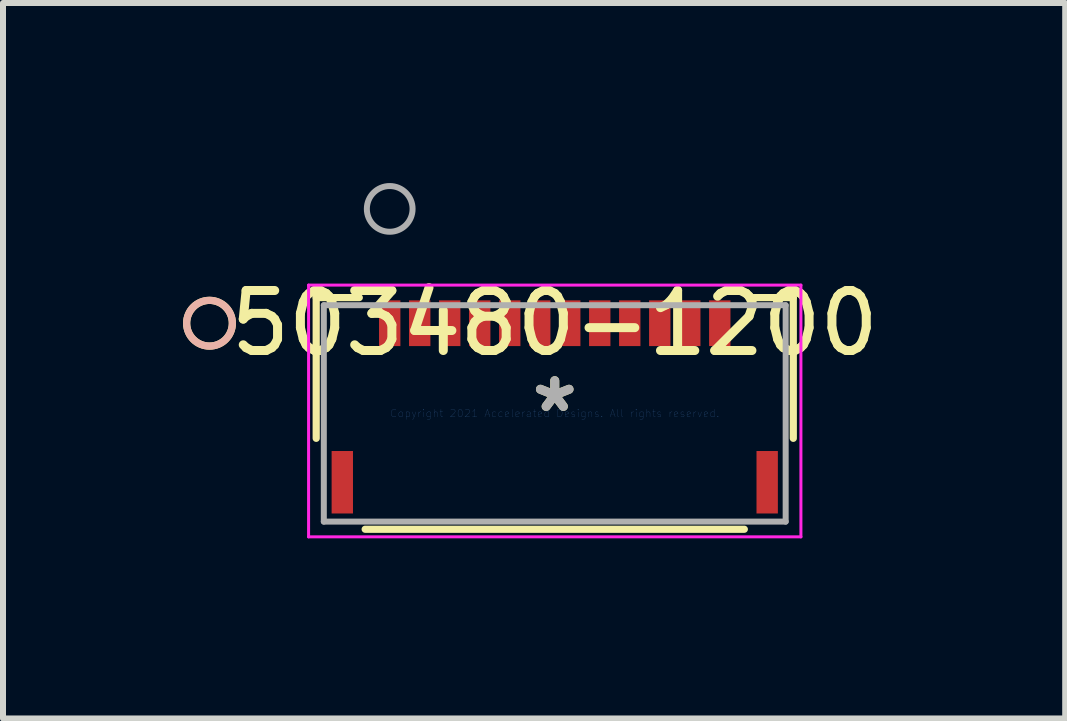
<source format=kicad_pcb>
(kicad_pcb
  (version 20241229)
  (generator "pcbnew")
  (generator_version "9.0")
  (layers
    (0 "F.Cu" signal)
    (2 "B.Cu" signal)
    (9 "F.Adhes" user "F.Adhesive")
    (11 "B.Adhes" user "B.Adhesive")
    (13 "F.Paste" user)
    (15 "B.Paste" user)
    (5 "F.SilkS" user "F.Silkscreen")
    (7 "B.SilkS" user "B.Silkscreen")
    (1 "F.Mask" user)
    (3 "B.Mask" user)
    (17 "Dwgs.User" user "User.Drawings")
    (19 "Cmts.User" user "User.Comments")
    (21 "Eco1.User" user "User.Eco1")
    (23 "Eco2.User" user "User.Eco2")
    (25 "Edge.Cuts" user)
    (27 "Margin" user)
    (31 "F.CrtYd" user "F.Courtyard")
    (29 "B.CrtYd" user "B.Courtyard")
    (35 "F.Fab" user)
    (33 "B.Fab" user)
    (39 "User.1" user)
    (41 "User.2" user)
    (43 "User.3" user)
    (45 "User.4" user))
  (footprint "503480-1200"
    (layer "F.Cu")
    (at 6.194 3.839)
    (property "Reference" "503480-1200" (at 0 -1.503 0) (layer "F.SilkS") (effects (font (size 1 1) (thickness 0.15))))
    (attr through_hole)
    (fp_line (start -3.975 -1.93) (end -3.975 0.415) (stroke (width 0.12) (type solid)) (layer "F.SilkS"))
    (fp_line (start -3.257 -1.93) (end -3.975 -1.93) (stroke (width 0.12) (type solid)) (layer "F.SilkS"))
    (fp_line (start -3.159 1.93) (end 3.159 1.93) (stroke (width 0.12) (type solid)) (layer "F.SilkS"))
    (fp_line (start 3.975 -1.93) (end 3.257 -1.93) (stroke (width 0.12) (type solid)) (layer "F.SilkS"))
    (fp_line (start 3.975 0.415) (end 3.975 -1.93) (stroke (width 0.12) (type solid)) (layer "F.SilkS"))
    (fp_circle (center -5.753 -1.503) (end -5.372 -1.503) (stroke (width 0.12) (type solid)) (fill no) (layer "F.SilkS"))
    (fp_circle (center -5.753 -1.503) (end -5.372 -1.503) (stroke (width 0.12) (type solid)) (fill no) (layer "B.SilkS"))
    (fp_line (start -4.102 -2.138) (end -4.102 2.057) (stroke (width 0.05) (type solid)) (layer "F.CrtYd"))
    (fp_line (start -4.102 2.057) (end 4.102 2.057) (stroke (width 0.05) (type solid)) (layer "F.CrtYd"))
    (fp_line (start 4.102 -2.138) (end -4.102 -2.138) (stroke (width 0.05) (type solid)) (layer "F.CrtYd"))
    (fp_line (start 4.102 2.057) (end 4.102 -2.138) (stroke (width 0.05) (type solid)) (layer "F.CrtYd"))
    (fp_line (start -3.848 -1.803) (end -3.848 1.803) (stroke (width 0.1) (type solid)) (layer "F.Fab"))
    (fp_line (start -3.848 1.803) (end 3.848 1.803) (stroke (width 0.1) (type solid)) (layer "F.Fab"))
    (fp_line (start 3.848 -1.803) (end -3.848 -1.803) (stroke (width 0.1) (type solid)) (layer "F.Fab"))
    (fp_line (start 3.848 1.803) (end 3.848 -1.803) (stroke (width 0.1) (type solid)) (layer "F.Fab"))
    (fp_circle (center -2.75 -3.408) (end -2.369 -3.408) (stroke (width 0.1) (type solid)) (fill no) (layer "F.Fab"))
    (fp_text user "*" (at 0 0 0) (layer "F.SilkS") (effects (font (size 1 1) (thickness 0.15))))
    (fp_text user "Copyright 2021 Accelerated Designs. All rights reserved." (at 0 0 0) (layer "Cmts.User") (effects (font (size 0.127 0.127) (thickness 0.002))))
    (fp_text user "*" (at 0 0 0) (layer "F.Fab") (effects (font (size 1 1) (thickness 0.15))))
    (pad "1" smd rect (at -2.75 -1.503) (size 0.356 0.762) (layers "F.Cu" "F.Mask" "F.Paste"))
    (pad "2" smd rect (at -2.25 -1.503) (size 0.356 0.762) (layers "F.Cu" "F.Mask" "F.Paste"))
    (pad "3" smd rect (at -1.75 -1.503) (size 0.356 0.762) (layers "F.Cu" "F.Mask" "F.Paste"))
    (pad "4" smd rect (at -1.25 -1.503) (size 0.356 0.762) (layers "F.Cu" "F.Mask" "F.Paste"))
    (pad "5" smd rect (at -0.75 -1.503) (size 0.356 0.762) (layers "F.Cu" "F.Mask" "F.Paste"))
    (pad "6" smd rect (at -0.25 -1.503) (size 0.356 0.762) (layers "F.Cu" "F.Mask" "F.Paste"))
    (pad "7" smd rect (at 0.25 -1.503) (size 0.356 0.762) (layers "F.Cu" "F.Mask" "F.Paste"))
    (pad "8" smd rect (at 0.75 -1.503) (size 0.356 0.762) (layers "F.Cu" "F.Mask" "F.Paste"))
    (pad "9" smd rect (at 1.25 -1.503) (size 0.356 0.762) (layers "F.Cu" "F.Mask" "F.Paste"))
    (pad "10" smd rect (at 1.75 -1.503) (size 0.356 0.762) (layers "F.Cu" "F.Mask" "F.Paste"))
    (pad "11" smd rect (at 2.25 -1.503) (size 0.356 0.762) (layers "F.Cu" "F.Mask" "F.Paste"))
    (pad "12" smd rect (at 2.75 -1.503) (size 0.356 0.762) (layers "F.Cu" "F.Mask" "F.Paste"))
    (pad "13" smd rect (at -3.54 1.147) (size 0.356 1.041) (layers "F.Cu" "F.Mask" "F.Paste"))
    (pad "14" smd rect (at 3.54 1.147) (size 0.356 1.041) (layers "F.Cu" "F.Mask" "F.Paste")))
  (gr_rect
    (start -3 -3)
    (end 14.7 8.922)
    (stroke (width 0.1) (type default))
    (fill no)
    (layer "Edge.Cuts")))
</source>
